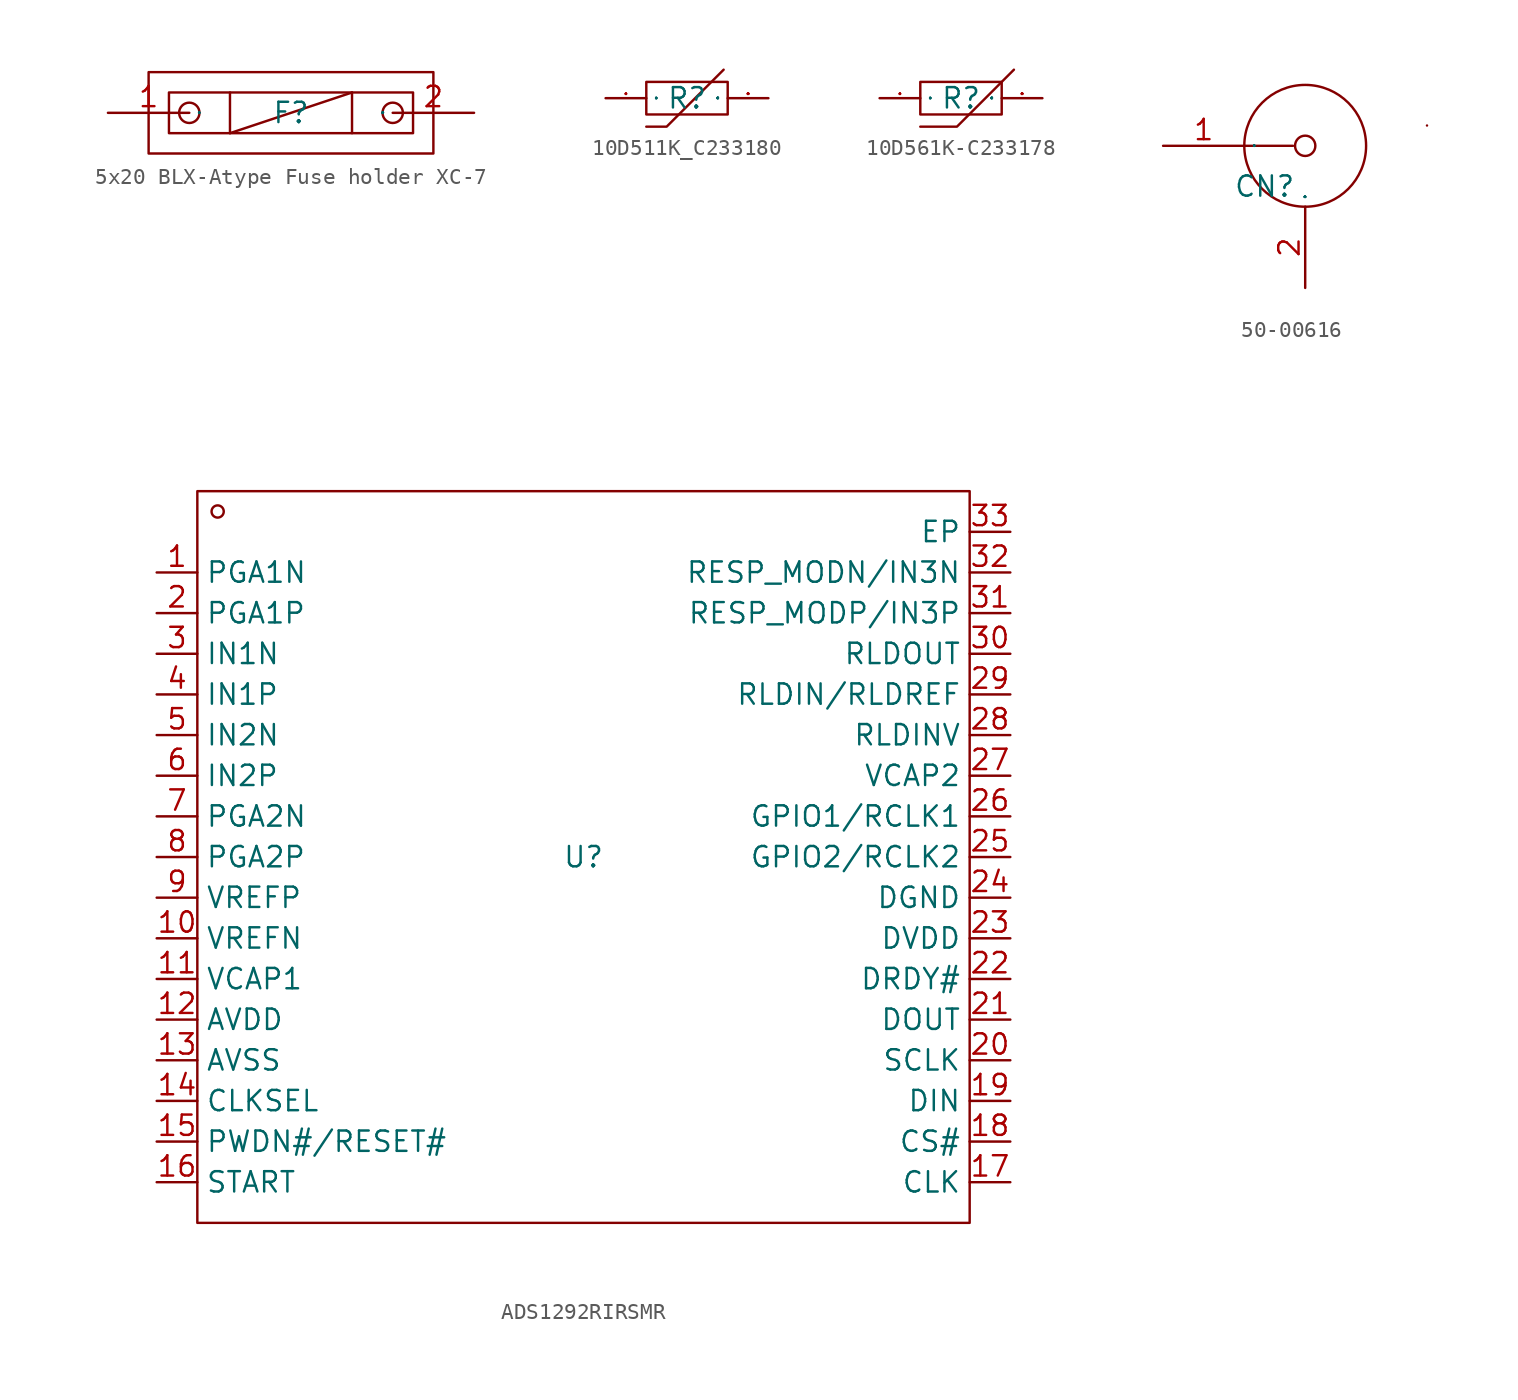
<source format=kicad_sym>
(kicad_symbol_lib
  (version 20231120)
  (generator "kicad_symbol_editor")
  (generator_version "8.0")
  (symbol "5x20 BLX-Atype Fuse holder XC-7"
    (property "Reference" "F"
      (at 0 0 0)
      (effects (font (size 1.27 1.27))))
    (property "Value" ""
      (at 0 0 0)
      (effects (font (size 1.27 1.27))))
    (symbol "5x20 BLX-Atype Fuse holder XC-7_1_0"
      (rectangle (start -8.89 -2.54) (end 8.89 2.54) (stroke (width 0) (type default)) (fill (type none)))
      (rectangle (start -7.62 -1.27) (end 7.62 1.27) (stroke (width 0) (type default)) (fill (type none)))
      (circle (center -6.35 0) (radius 0.635) (stroke (width 0) (type default)) (fill (type none)))
      (polyline (pts (xy -3.81 1.27) (xy -3.81 -1.27)) (stroke (width 0) (type default)) (fill (type none)))
      (polyline (pts (xy 3.81 1.27) (xy -3.81 -1.27)) (stroke (width 0) (type default)) (fill (type none)))
      (polyline (pts (xy 3.81 1.27) (xy 3.81 -1.27)) (stroke (width 0) (type default)) (fill (type none)))
      (circle (center 6.35 0) (radius 0.635) (stroke (width 0) (type default)) (fill (type none)))
      (pin input line (at -11.43 0 0) (length 5.08) (name "1" (effects (font (size 0.025 0.025)))) (number "1" (effects (font (size 1.27 1.27)))))
      (pin input line (at 11.43 0 180) (length 5.08) (name "2" (effects (font (size 0.025 0.025)))) (number "2" (effects (font (size 1.27 1.27)))))))
  (symbol "10D511K_C233180"
    (property "Reference" "R"
      (at 0 0 0)
      (effects (font (size 1.27 1.27))))
    (property "Value" ""
      (at 0 0 0)
      (effects (font (size 1.27 1.27))))
    (symbol "10D511K_C233180_1_0"
      (rectangle (start -2.54 -1.016) (end 2.54 1.016) (stroke (width 0) (type default)) (fill (type none)))
      (polyline (pts (xy -2.54 -1.778) (xy -1.27 -1.778) (xy -1.27 -1.778) (xy 2.286 1.778)) (stroke (width 0) (type default)) (fill (type none)))
      (pin input line (at -5.08 0 0) (length 2.54) (name "1" (effects (font (size 0.025 0.025)))) (number "1" (effects (font (size 0.025 0.025)))))
      (pin input line (at 5.08 0 180) (length 2.54) (name "2" (effects (font (size 0.025 0.025)))) (number "2" (effects (font (size 0.025 0.025)))))))
  (symbol "10D561K-C233178"
    (property "Reference" "R"
      (at 0 0 0)
      (effects (font (size 1.27 1.27))))
    (property "Value" ""
      (at 0 0 0)
      (effects (font (size 1.27 1.27))))
    (symbol "10D561K-C233178_1_0"
      (rectangle (start -2.54 -1.016) (end 2.54 1.016) (stroke (width 0) (type default)) (fill (type none)))
      (polyline (pts (xy -2.54 -1.778) (xy -0.254 -1.778) (xy -0.254 -1.778) (xy 3.302 1.778)) (stroke (width 0) (type default)) (fill (type none)))
      (pin unspecified line (at -5.08 0 0) (length 2.54) (name "1" (effects (font (size 0.025 0.025)))) (number "1" (effects (font (size 0.025 0.025)))))
      (pin unspecified line (at 5.08 0 180) (length 2.54) (name "2" (effects (font (size 0.025 0.025)))) (number "2" (effects (font (size 0.025 0.025)))))))
  (symbol "50-00616"
    (property "Reference" "CN"
      (at 0 0 0)
      (effects (font (size 1.27 1.27))))
    (property "Value" ""
      (at 0 0 0)
      (effects (font (size 1.27 1.27))))
    (symbol "50-00616_1_0"
      (polyline (pts (xy -1.27 2.54) (xy 1.778 2.54)) (stroke (width 0) (type default)) (fill (type none)))
      (polyline (pts (xy 10.16 3.81) (xy 10.16 3.81) (xy 10.16 3.81) (xy 10.16 3.81) (xy 10.16 3.81) (xy 10.16 3.81) (xy 10.16 3.81) (xy 10.16 3.81) (xy 10.16 3.81) (xy 10.16 3.81) (xy 10.16 3.81) (xy 10.16 3.81) (xy 10.16 3.81) (xy 10.16 3.81) (xy 10.16 3.81) (xy 10.16 3.81) (xy 10.16 3.81) (xy 10.16 3.81) (xy 10.16 3.81) (xy 10.16 3.81) (xy 10.16 3.81) (xy 10.16 3.81) (xy 10.16 3.81) (xy 10.16 3.81) (xy 10.16 3.81) (xy 10.16 3.81) (xy 10.16 3.81) (xy 10.16 3.81) (xy 10.16 3.81) (xy 10.16 3.81) (xy 10.16 3.81) (xy 10.16 3.81) (xy 10.16 3.81) (xy 10.16 3.81) (xy 10.16 3.81) (xy 10.16 3.81) (xy 10.16 3.81) (xy 10.16 3.81) (xy 10.16 3.81) (xy 10.16 3.81) (xy 10.16 3.81) (xy 10.16 3.81) (xy 10.16 3.81) (xy 10.16 3.81) (xy 10.16 3.81) (xy 10.16 3.81) (xy 10.16 3.81) (xy 10.16 3.81) (xy 10.16 3.81) (xy 10.16 3.81) (xy 10.16 3.81) (xy 10.16 3.81) (xy 10.16 3.81) (xy 10.16 3.81) (xy 10.16 3.81) (xy 10.16 3.81) (xy 10.16 3.81) (xy 10.16 3.81) (xy 10.16 3.81) (xy 10.16 3.81) (xy 10.16 3.81) (xy 10.16 3.81) (xy 10.16 3.81) (xy 10.16 3.81) (xy 10.16 3.81) (xy 10.16 3.81) (xy 10.16 3.81) (xy 10.16 3.81) (xy 10.16 3.81) (xy 10.16 3.81) (xy 10.16 3.81) (xy 10.16 3.81) (xy 10.16 3.81) (xy 10.16 3.81) (xy 10.16 3.81) (xy 10.16 3.81) (xy 10.16 3.81) (xy 10.16 3.81) (xy 10.16 3.81) (xy 10.16 3.81) (xy 10.16 3.81) (xy 10.16 3.81) (xy 10.16 3.81) (xy 10.16 3.81) (xy 10.16 3.81) (xy 10.16 3.81) (xy 10.16 3.81) (xy 10.16 3.81) (xy 10.16 3.81) (xy 10.16 3.81) (xy 10.16 3.81) (xy 10.16 3.81) (xy 10.16 3.81) (xy 10.16 3.81) (xy 10.16 3.81) (xy 10.16 3.81) (xy 10.16 3.81) (xy 10.16 3.81) (xy 10.16 3.81) (xy 10.16 3.81) (xy 10.16 3.81) (xy 10.16 3.81) (xy 10.16 3.81) (xy 10.16 3.81) (xy 10.16 3.81) (xy 10.16 3.81) (xy 10.16 3.81) (xy 10.16 3.81) (xy 10.16 3.81) (xy 10.16 3.81) (xy 10.16 3.81) (xy 10.16 3.81) (xy 10.16 3.81) (xy 10.16 3.81) (xy 10.16 3.81) (xy 10.16 3.81) (xy 10.16 3.81) (xy 10.16 3.81) (xy 10.16 3.81) (xy 10.16 3.81) (xy 10.16 3.81) (xy 10.16 3.81) (xy 10.16 3.81) (xy 10.16 3.81) (xy 10.16 3.81) (xy 10.16 3.81) (xy 10.16 3.81) (xy 10.16 3.81) (xy 10.16 3.81) (xy 10.16 3.81) (xy 10.16 3.81) (xy 10.16 3.81) (xy 10.16 3.81) (xy 10.16 3.81) (xy 10.16 3.81) (xy 10.16 3.81) (xy 10.16 3.81) (xy 10.16 3.81) (xy 10.16 3.81) (xy 10.16 3.81) (xy 10.16 3.81) (xy 10.16 3.81) (xy 10.16 3.81) (xy 10.16 3.81) (xy 10.16 3.81) (xy 10.16 3.81) (xy 10.16 3.81) (xy 10.16 3.81) (xy 10.16 3.81) (xy 10.16 3.81) (xy 10.16 3.81) (xy 10.16 3.81) (xy 10.16 3.81) (xy 10.16 3.81) (xy 10.16 3.81) (xy 10.16 3.81) (xy 10.16 3.81) (xy 10.16 3.81) (xy 10.16 3.81) (xy 10.16 3.81) (xy 10.16 3.81) (xy 10.16 3.81) (xy 10.16 3.81) (xy 10.16 3.81) (xy 10.16 3.81) (xy 10.16 3.81) (xy 10.16 3.81) (xy 10.16 3.81) (xy 10.16 3.81) (xy 10.16 3.81) (xy 10.16 3.81) (xy 10.16 3.81) (xy 10.16 3.81) (xy 10.16 3.81) (xy 10.16 3.81) (xy 10.16 3.81) (xy 10.16 3.81) (xy 10.16 3.81) (xy 10.16 3.81) (xy 10.16 3.81) (xy 10.16 3.81) (xy 10.16 3.81) (xy 10.16 3.81) (xy 10.16 3.81) (xy 10.16 3.81) (xy 10.16 3.81) (xy 10.16 3.81) (xy 10.16 3.81) (xy 10.16 3.81) (xy 10.16 3.81) (xy 10.16 3.81) (xy 10.16 3.81) (xy 10.16 3.81) (xy 10.16 3.81) (xy 10.16 3.81) (xy 10.16 3.81) (xy 10.16 3.81) (xy 10.16 3.81) (xy 10.16 3.81) (xy 10.16 3.81) (xy 10.16 3.81) (xy 10.16 3.81) (xy 10.16 3.81) (xy 10.16 3.81) (xy 10.16 3.81) (xy 10.16 3.81) (xy 10.16 3.81) (xy 10.16 3.81) (xy 10.16 3.81) (xy 10.16 3.81) (xy 10.16 3.81) (xy 10.16 3.81) (xy 10.16 3.81) (xy 10.16 3.81) (xy 10.16 3.81) (xy 10.16 3.81) (xy 10.16 3.81) (xy 10.16 3.81) (xy 10.16 3.81) (xy 10.16 3.81) (xy 10.16 3.81) (xy 10.16 3.81) (xy 10.16 3.81) (xy 10.16 3.81) (xy 10.16 3.81) (xy 10.16 3.81) (xy 10.16 3.81) (xy 10.16 3.81) (xy 10.16 3.81) (xy 10.16 3.81) (xy 10.16 3.81) (xy 10.16 3.81) (xy 10.16 3.81) (xy 10.16 3.81) (xy 10.16 3.81) (xy 10.16 3.81) (xy 10.16 3.81) (xy 10.16 3.81) (xy 10.16 3.81) (xy 10.16 3.81) (xy 10.16 3.81) (xy 10.16 3.81) (xy 10.16 3.81) (xy 10.16 3.81) (xy 10.16 3.81) (xy 10.16 3.81) (xy 10.16 3.81) (xy 10.16 3.81) (xy 10.16 3.81) (xy 10.16 3.81) (xy 10.16 3.81) (xy 10.16 3.81) (xy 10.16 3.81) (xy 10.16 3.81) (xy 10.16 3.81) (xy 10.16 3.81) (xy 10.16 3.81) (xy 10.16 3.81) (xy 10.16 3.81) (xy 10.16 3.81) (xy 10.16 3.81) (xy 10.16 3.81) (xy 10.16 3.81) (xy 10.16 3.81) (xy 10.16 3.81) (xy 10.16 3.81) (xy 10.16 3.81) (xy 10.16 3.81) (xy 10.16 3.81) (xy 10.16 3.81) (xy 10.16 3.81) (xy 10.16 3.81) (xy 10.16 3.81) (xy 10.16 3.81) (xy 10.16 3.81) (xy 10.16 3.81) (xy 10.16 3.81) (xy 10.16 3.81) (xy 10.16 3.81) (xy 10.16 3.81) (xy 10.16 3.81) (xy 10.16 3.81) (xy 10.16 3.81) (xy 10.16 3.81) (xy 10.16 3.81) (xy 10.16 3.81) (xy 10.16 3.81) (xy 10.16 3.81) (xy 10.16 3.81) (xy 10.16 3.81) (xy 10.16 3.81) (xy 10.16 3.81) (xy 10.16 3.81) (xy 10.16 3.81) (xy 10.16 3.81) (xy 10.16 3.81) (xy 10.16 3.81) (xy 10.16 3.81) (xy 10.16 3.81) (xy 10.16 3.81) (xy 10.16 3.81) (xy 10.16 3.81) (xy 10.16 3.81) (xy 10.16 3.81) (xy 10.16 3.81) (xy 10.16 3.81) (xy 10.16 3.81) (xy 10.16 3.81) (xy 10.16 3.81) (xy 10.16 3.81) (xy 10.16 3.81) (xy 10.16 3.81) (xy 10.16 3.81) (xy 10.16 3.81) (xy 10.16 3.81) (xy 10.16 3.81) (xy 10.16 3.81) (xy 10.16 3.81) (xy 10.16 3.81) (xy 10.16 3.81) (xy 10.16 3.81) (xy 10.16 3.81) (xy 10.16 3.81) (xy 10.16 3.81) (xy 10.16 3.81) (xy 10.16 3.81) (xy 10.16 3.81) (xy 10.16 3.81) (xy 10.16 3.81) (xy 10.16 3.81) (xy 10.16 3.81) (xy 10.16 3.81) (xy 10.16 3.81) (xy 10.16 3.81) (xy 10.16 3.81) (xy 10.16 3.81) (xy 10.16 3.81) (xy 10.16 3.81) (xy 10.16 3.81) (xy 10.16 3.81) (xy 10.16 3.81) (xy 10.16 3.81) (xy 10.16 3.81) (xy 10.16 3.81) (xy 10.16 3.81) (xy 10.16 3.81) (xy 10.16 3.81) (xy 10.16 3.81) (xy 10.16 3.81) (xy 10.16 3.81) (xy 10.16 3.81) (xy 10.16 3.81) (xy 10.16 3.81) (xy 10.16 3.81) (xy 10.16 3.81) (xy 10.16 3.81) (xy 10.16 3.81) (xy 10.16 3.81) (xy 10.16 3.81) (xy 10.16 3.81) (xy 10.16 3.81) (xy 10.16 3.81) (xy 10.16 3.81) (xy 10.16 3.81) (xy 10.16 3.81) (xy 10.16 3.81) (xy 10.16 3.81) (xy 10.16 3.81) (xy 10.16 3.81) (xy 10.16 3.81) (xy 10.16 3.81) (xy 10.16 3.81) (xy 10.16 3.81) (xy 10.16 3.81) (xy 10.16 3.81) (xy 10.16 3.81) (xy 10.16 3.81) (xy 10.16 3.81) (xy 10.16 3.81) (xy 10.16 3.81) (xy 10.16 3.81) (xy 10.16 3.81) (xy 10.16 3.81) (xy 10.16 3.81) (xy 10.16 3.81) (xy 10.16 3.81) (xy 10.16 3.81) (xy 10.16 3.81) (xy 10.16 3.81) (xy 10.16 3.81) (xy 10.16 3.81) (xy 10.16 3.81) (xy 10.16 3.81) (xy 10.16 3.81) (xy 10.16 3.81) (xy 10.16 3.81) (xy 10.16 3.81) (xy 10.16 3.81)) (stroke (width 0) (type default)) (fill (type none)))
      (circle (center 2.54 2.54) (radius 0.635) (stroke (width 0) (type default)) (fill (type none)))
      (circle (center 2.54 2.54) (radius 3.81) (stroke (width 0) (type default)) (fill (type none)))
      (pin unspecified line (at -6.35 2.54 0) (length 5.08) (name "1" (effects (font (size 0.025 0.025)))) (number "1" (effects (font (size 1.27 1.27)))))
      (pin unspecified line (at 2.54 -6.35 90) (length 5.08) (name "2" (effects (font (size 0.025 0.025)))) (number "2" (effects (font (size 1.27 1.27)))))))
  (symbol "ADS1292RIRSMR"
    (property "Reference" "U"
      (at 0 0 0)
      (effects (font (size 1.27 1.27))))
    (property "Value" ""
      (at 0 0 0)
      (effects (font (size 1.27 1.27))))
    (symbol "ADS1292RIRSMR_1_0"
      (rectangle (start -24.13 -22.86) (end 24.13 22.86) (stroke (width 0) (type default)) (fill (type none)))
      (circle (center -22.86 21.59) (radius 0.381) (stroke (width 0) (type default)) (fill (type none)))
      (pin input line (at -26.67 17.78 0) (length 2.54) (name "PGA1N" (effects (font (size 1.27 1.27)))) (number "1" (effects (font (size 1.27 1.27)))))
      (pin input line (at -26.67 -5.08 0) (length 2.54) (name "VREFN" (effects (font (size 1.27 1.27)))) (number "10" (effects (font (size 1.27 1.27)))))
      (pin input line (at -26.67 -7.62 0) (length 2.54) (name "VCAP1" (effects (font (size 1.27 1.27)))) (number "11" (effects (font (size 1.27 1.27)))))
      (pin input line (at -26.67 -10.16 0) (length 2.54) (name "AVDD" (effects (font (size 1.27 1.27)))) (number "12" (effects (font (size 1.27 1.27)))))
      (pin input line (at -26.67 -12.7 0) (length 2.54) (name "AVSS" (effects (font (size 1.27 1.27)))) (number "13" (effects (font (size 1.27 1.27)))))
      (pin input line (at -26.67 -15.24 0) (length 2.54) (name "CLKSEL" (effects (font (size 1.27 1.27)))) (number "14" (effects (font (size 1.27 1.27)))))
      (pin input line (at -26.67 -17.78 0) (length 2.54) (name "PWDN#/RESET#" (effects (font (size 1.27 1.27)))) (number "15" (effects (font (size 1.27 1.27)))))
      (pin input line (at -26.67 -20.32 0) (length 2.54) (name "START" (effects (font (size 1.27 1.27)))) (number "16" (effects (font (size 1.27 1.27)))))
      (pin input line (at 26.67 -20.32 180) (length 2.54) (name "CLK" (effects (font (size 1.27 1.27)))) (number "17" (effects (font (size 1.27 1.27)))))
      (pin input line (at 26.67 -17.78 180) (length 2.54) (name "CS#" (effects (font (size 1.27 1.27)))) (number "18" (effects (font (size 1.27 1.27)))))
      (pin input line (at 26.67 -15.24 180) (length 2.54) (name "DIN" (effects (font (size 1.27 1.27)))) (number "19" (effects (font (size 1.27 1.27)))))
      (pin input line (at -26.67 15.24 0) (length 2.54) (name "PGA1P" (effects (font (size 1.27 1.27)))) (number "2" (effects (font (size 1.27 1.27)))))
      (pin input line (at 26.67 -12.7 180) (length 2.54) (name "SCLK" (effects (font (size 1.27 1.27)))) (number "20" (effects (font (size 1.27 1.27)))))
      (pin input line (at 26.67 -10.16 180) (length 2.54) (name "DOUT" (effects (font (size 1.27 1.27)))) (number "21" (effects (font (size 1.27 1.27)))))
      (pin input line (at 26.67 -7.62 180) (length 2.54) (name "DRDY#" (effects (font (size 1.27 1.27)))) (number "22" (effects (font (size 1.27 1.27)))))
      (pin input line (at 26.67 -5.08 180) (length 2.54) (name "DVDD" (effects (font (size 1.27 1.27)))) (number "23" (effects (font (size 1.27 1.27)))))
      (pin input line (at 26.67 -2.54 180) (length 2.54) (name "DGND" (effects (font (size 1.27 1.27)))) (number "24" (effects (font (size 1.27 1.27)))))
      (pin input line (at 26.67 0 180) (length 2.54) (name "GPIO2/RCLK2" (effects (font (size 1.27 1.27)))) (number "25" (effects (font (size 1.27 1.27)))))
      (pin input line (at 26.67 2.54 180) (length 2.54) (name "GPIO1/RCLK1" (effects (font (size 1.27 1.27)))) (number "26" (effects (font (size 1.27 1.27)))))
      (pin input line (at 26.67 5.08 180) (length 2.54) (name "VCAP2" (effects (font (size 1.27 1.27)))) (number "27" (effects (font (size 1.27 1.27)))))
      (pin input line (at 26.67 7.62 180) (length 2.54) (name "RLDINV" (effects (font (size 1.27 1.27)))) (number "28" (effects (font (size 1.27 1.27)))))
      (pin input line (at 26.67 10.16 180) (length 2.54) (name "RLDIN/RLDREF" (effects (font (size 1.27 1.27)))) (number "29" (effects (font (size 1.27 1.27)))))
      (pin input line (at -26.67 12.7 0) (length 2.54) (name "IN1N" (effects (font (size 1.27 1.27)))) (number "3" (effects (font (size 1.27 1.27)))))
      (pin input line (at 26.67 12.7 180) (length 2.54) (name "RLDOUT" (effects (font (size 1.27 1.27)))) (number "30" (effects (font (size 1.27 1.27)))))
      (pin input line (at 26.67 15.24 180) (length 2.54) (name "RESP_MODP/IN3P" (effects (font (size 1.27 1.27)))) (number "31" (effects (font (size 1.27 1.27)))))
      (pin input line (at 26.67 17.78 180) (length 2.54) (name "RESP_MODN/IN3N" (effects (font (size 1.27 1.27)))) (number "32" (effects (font (size 1.27 1.27)))))
      (pin input line (at 26.67 20.32 180) (length 2.54) (name "EP" (effects (font (size 1.27 1.27)))) (number "33" (effects (font (size 1.27 1.27)))))
      (pin input line (at -26.67 10.16 0) (length 2.54) (name "IN1P" (effects (font (size 1.27 1.27)))) (number "4" (effects (font (size 1.27 1.27)))))
      (pin input line (at -26.67 7.62 0) (length 2.54) (name "IN2N" (effects (font (size 1.27 1.27)))) (number "5" (effects (font (size 1.27 1.27)))))
      (pin input line (at -26.67 5.08 0) (length 2.54) (name "IN2P" (effects (font (size 1.27 1.27)))) (number "6" (effects (font (size 1.27 1.27)))))
      (pin input line (at -26.67 2.54 0) (length 2.54) (name "PGA2N" (effects (font (size 1.27 1.27)))) (number "7" (effects (font (size 1.27 1.27)))))
      (pin input line (at -26.67 0 0) (length 2.54) (name "PGA2P" (effects (font (size 1.27 1.27)))) (number "8" (effects (font (size 1.27 1.27)))))
      (pin input line (at -26.67 -2.54 0) (length 2.54) (name "VREFP" (effects (font (size 1.27 1.27)))) (number "9" (effects (font (size 1.27 1.27))))))))
</source>
